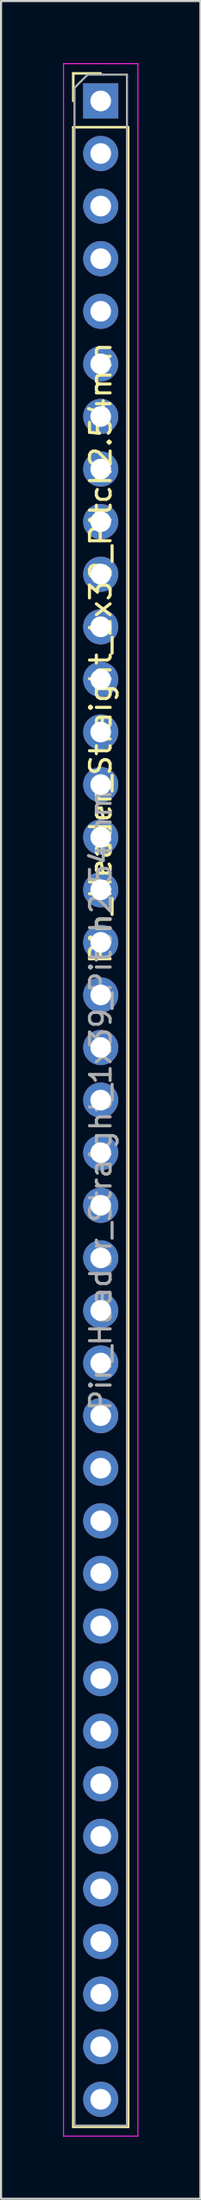
<source format=kicad_pcb>
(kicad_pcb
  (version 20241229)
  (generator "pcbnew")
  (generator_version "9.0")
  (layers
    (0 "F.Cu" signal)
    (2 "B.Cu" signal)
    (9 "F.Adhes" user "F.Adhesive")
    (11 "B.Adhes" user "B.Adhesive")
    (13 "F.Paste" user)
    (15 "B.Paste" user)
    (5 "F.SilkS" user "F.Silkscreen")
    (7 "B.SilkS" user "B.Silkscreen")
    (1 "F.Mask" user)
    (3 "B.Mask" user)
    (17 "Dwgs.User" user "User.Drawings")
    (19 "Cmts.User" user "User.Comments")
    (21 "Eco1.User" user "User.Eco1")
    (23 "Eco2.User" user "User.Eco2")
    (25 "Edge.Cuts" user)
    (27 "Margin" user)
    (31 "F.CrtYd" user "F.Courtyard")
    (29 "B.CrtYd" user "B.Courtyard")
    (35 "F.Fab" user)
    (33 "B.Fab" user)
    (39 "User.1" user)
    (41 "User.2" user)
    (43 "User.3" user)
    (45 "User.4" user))
  (footprint "Pin_Header_Straight_1x39_Pitch2.54mm"
    (layer "F.Cu")
    (at 1.825 1.825)
    (property "Reference" "Pin_Header_Straight_1x39_Pitch2.54mm" (at 0 26.67 270) (layer "F.SilkS") (effects (font (size 1 1) (thickness 0.15))))
    (attr through_hole)
    (fp_line (start -1.33 -1.33) (end 0 -1.33) (stroke (width 0.12) (type solid)) (layer "F.SilkS"))
    (fp_line (start -1.33 0) (end -1.33 -1.33) (stroke (width 0.12) (type solid)) (layer "F.SilkS"))
    (fp_line (start -1.33 1.27) (end -1.33 97.85) (stroke (width 0.12) (type solid)) (layer "F.SilkS"))
    (fp_line (start -1.33 1.27) (end 1.33 1.27) (stroke (width 0.12) (type solid)) (layer "F.SilkS"))
    (fp_line (start -1.33 97.85) (end 1.33 97.85) (stroke (width 0.12) (type solid)) (layer "F.SilkS"))
    (fp_line (start 1.33 1.27) (end 1.33 97.85) (stroke (width 0.12) (type solid)) (layer "F.SilkS"))
    (fp_line (start -1.8 -1.8) (end -1.8 98.3) (stroke (width 0.05) (type solid)) (layer "F.CrtYd"))
    (fp_line (start -1.8 98.3) (end 1.8 98.3) (stroke (width 0.05) (type solid)) (layer "F.CrtYd"))
    (fp_line (start 1.8 -1.8) (end -1.8 -1.8) (stroke (width 0.05) (type solid)) (layer "F.CrtYd"))
    (fp_line (start 1.8 98.3) (end 1.8 -1.8) (stroke (width 0.05) (type solid)) (layer "F.CrtYd"))
    (fp_line (start -1.27 -0.635) (end -0.635 -1.27) (stroke (width 0.1) (type solid)) (layer "F.Fab"))
    (fp_line (start -1.27 97.79) (end -1.27 -0.635) (stroke (width 0.1) (type solid)) (layer "F.Fab"))
    (fp_line (start -0.635 -1.27) (end 1.27 -1.27) (stroke (width 0.1) (type solid)) (layer "F.Fab"))
    (fp_line (start 1.27 -1.27) (end 1.27 97.79) (stroke (width 0.1) (type solid)) (layer "F.Fab"))
    (fp_line (start 1.27 97.79) (end -1.27 97.79) (stroke (width 0.1) (type solid)) (layer "F.Fab"))
    (fp_text user "${REFERENCE}" (at 0 48.26 90) (layer "F.Fab") (effects (font (size 1 1) (thickness 0.15))))
    (pad "1" thru_hole rect (at 0 0) (size 1.7 1.7) (drill 1) (layers "*.Cu" "*.Mask"))
    (pad "2" thru_hole oval (at 0 2.54) (size 1.7 1.7) (drill 1) (layers "*.Cu" "*.Mask"))
    (pad "3" thru_hole oval (at 0 5.08) (size 1.7 1.7) (drill 1) (layers "*.Cu" "*.Mask"))
    (pad "4" thru_hole oval (at 0 7.62) (size 1.7 1.7) (drill 1) (layers "*.Cu" "*.Mask"))
    (pad "5" thru_hole oval (at 0 10.16) (size 1.7 1.7) (drill 1) (layers "*.Cu" "*.Mask"))
    (pad "6" thru_hole oval (at 0 12.7) (size 1.7 1.7) (drill 1) (layers "*.Cu" "*.Mask"))
    (pad "7" thru_hole oval (at 0 15.24) (size 1.7 1.7) (drill 1) (layers "*.Cu" "*.Mask"))
    (pad "8" thru_hole oval (at 0 17.78) (size 1.7 1.7) (drill 1) (layers "*.Cu" "*.Mask"))
    (pad "9" thru_hole oval (at 0 20.32) (size 1.7 1.7) (drill 1) (layers "*.Cu" "*.Mask"))
    (pad "10" thru_hole oval (at 0 22.86) (size 1.7 1.7) (drill 1) (layers "*.Cu" "*.Mask"))
    (pad "11" thru_hole oval (at 0 25.4) (size 1.7 1.7) (drill 1) (layers "*.Cu" "*.Mask"))
    (pad "12" thru_hole oval (at 0 27.94) (size 1.7 1.7) (drill 1) (layers "*.Cu" "*.Mask"))
    (pad "13" thru_hole oval (at 0 30.48) (size 1.7 1.7) (drill 1) (layers "*.Cu" "*.Mask"))
    (pad "14" thru_hole oval (at 0 33.02) (size 1.7 1.7) (drill 1) (layers "*.Cu" "*.Mask"))
    (pad "15" thru_hole oval (at 0 35.56) (size 1.7 1.7) (drill 1) (layers "*.Cu" "*.Mask"))
    (pad "16" thru_hole oval (at 0 38.1) (size 1.7 1.7) (drill 1) (layers "*.Cu" "*.Mask"))
    (pad "17" thru_hole oval (at 0 40.64) (size 1.7 1.7) (drill 1) (layers "*.Cu" "*.Mask"))
    (pad "18" thru_hole oval (at 0 43.18) (size 1.7 1.7) (drill 1) (layers "*.Cu" "*.Mask"))
    (pad "19" thru_hole oval (at 0 45.72) (size 1.7 1.7) (drill 1) (layers "*.Cu" "*.Mask"))
    (pad "20" thru_hole oval (at 0 48.26) (size 1.7 1.7) (drill 1) (layers "*.Cu" "*.Mask"))
    (pad "21" thru_hole oval (at 0 50.8) (size 1.7 1.7) (drill 1) (layers "*.Cu" "*.Mask"))
    (pad "22" thru_hole oval (at 0 53.34) (size 1.7 1.7) (drill 1) (layers "*.Cu" "*.Mask"))
    (pad "23" thru_hole oval (at 0 55.88) (size 1.7 1.7) (drill 1) (layers "*.Cu" "*.Mask"))
    (pad "24" thru_hole oval (at 0 58.42) (size 1.7 1.7) (drill 1) (layers "*.Cu" "*.Mask"))
    (pad "25" thru_hole oval (at 0 60.96) (size 1.7 1.7) (drill 1) (layers "*.Cu" "*.Mask"))
    (pad "26" thru_hole oval (at 0 63.5) (size 1.7 1.7) (drill 1) (layers "*.Cu" "*.Mask"))
    (pad "27" thru_hole oval (at 0 66.04) (size 1.7 1.7) (drill 1) (layers "*.Cu" "*.Mask"))
    (pad "28" thru_hole oval (at 0 68.58) (size 1.7 1.7) (drill 1) (layers "*.Cu" "*.Mask"))
    (pad "29" thru_hole oval (at 0 71.12) (size 1.7 1.7) (drill 1) (layers "*.Cu" "*.Mask"))
    (pad "30" thru_hole oval (at 0 73.66) (size 1.7 1.7) (drill 1) (layers "*.Cu" "*.Mask"))
    (pad "31" thru_hole oval (at 0 76.2) (size 1.7 1.7) (drill 1) (layers "*.Cu" "*.Mask"))
    (pad "32" thru_hole oval (at 0 78.74) (size 1.7 1.7) (drill 1) (layers "*.Cu" "*.Mask"))
    (pad "33" thru_hole oval (at 0 81.28) (size 1.7 1.7) (drill 1) (layers "*.Cu" "*.Mask"))
    (pad "34" thru_hole oval (at 0 83.82) (size 1.7 1.7) (drill 1) (layers "*.Cu" "*.Mask"))
    (pad "35" thru_hole oval (at 0 86.36) (size 1.7 1.7) (drill 1) (layers "*.Cu" "*.Mask"))
    (pad "36" thru_hole oval (at 0 88.9) (size 1.7 1.7) (drill 1) (layers "*.Cu" "*.Mask"))
    (pad "37" thru_hole oval (at 0 91.44) (size 1.7 1.7) (drill 1) (layers "*.Cu" "*.Mask"))
    (pad "38" thru_hole oval (at 0 93.98) (size 1.7 1.7) (drill 1) (layers "*.Cu" "*.Mask"))
    (pad "39" thru_hole oval (at 0 96.52) (size 1.7 1.7) (drill 1) (layers "*.Cu" "*.Mask")))
  (gr_rect
    (start -3 -3)
    (end 6.65 103.15)
    (stroke (width 0.1) (type default))
    (fill no)
    (layer "Edge.Cuts")))
</source>
